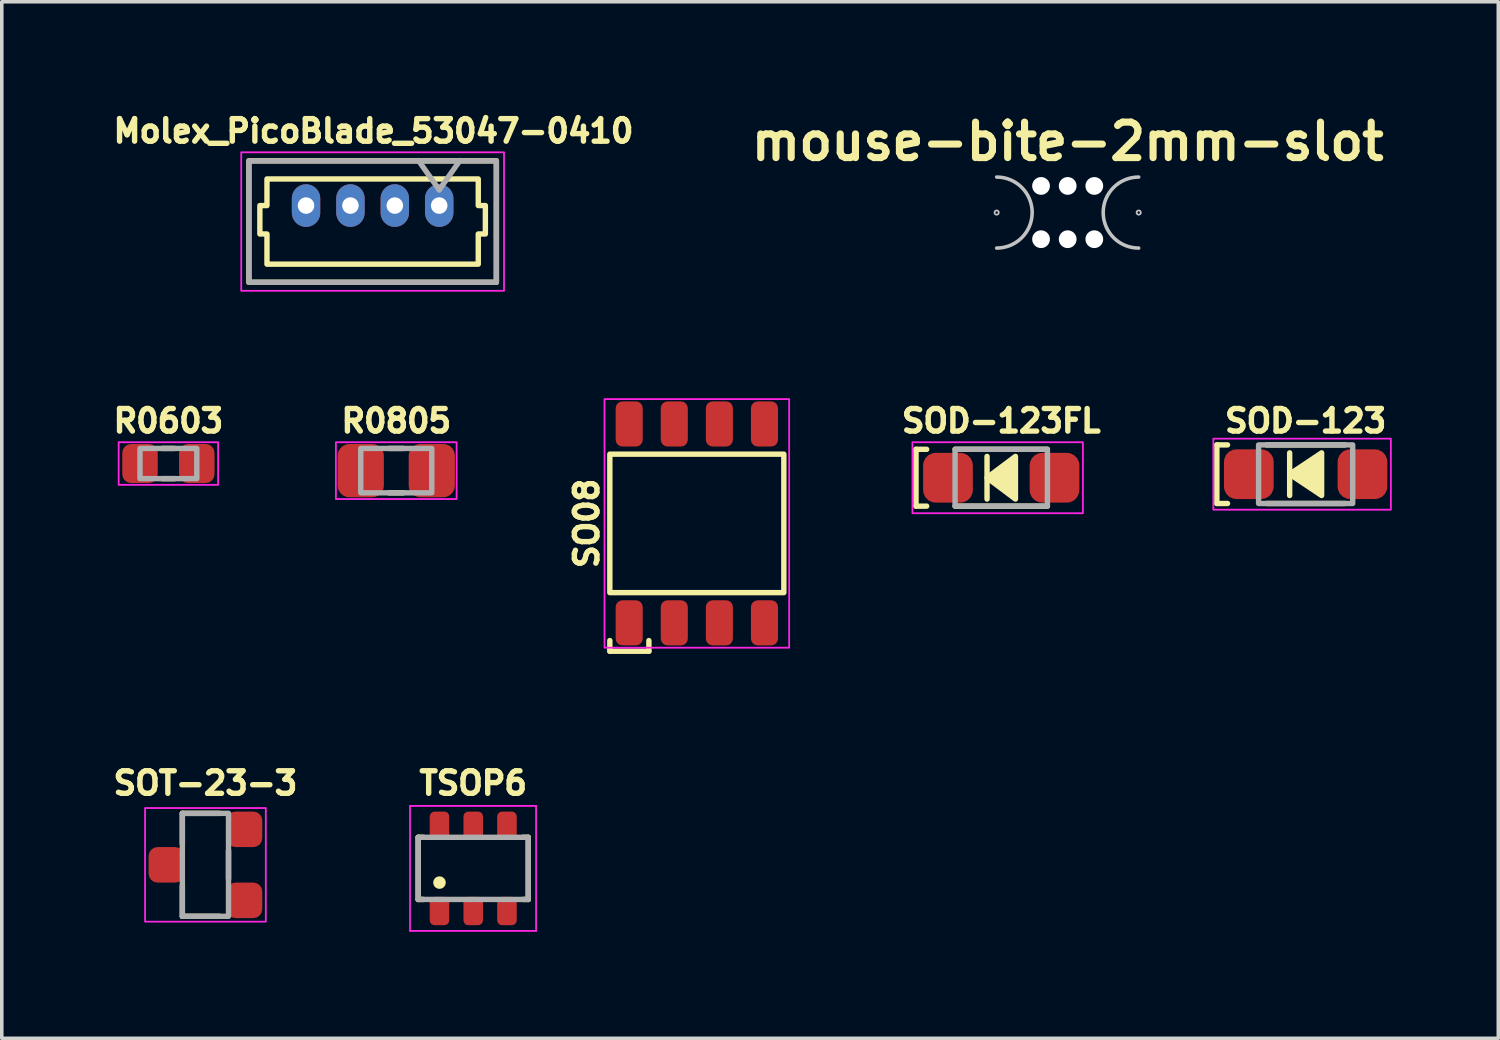
<source format=kicad_pcb>
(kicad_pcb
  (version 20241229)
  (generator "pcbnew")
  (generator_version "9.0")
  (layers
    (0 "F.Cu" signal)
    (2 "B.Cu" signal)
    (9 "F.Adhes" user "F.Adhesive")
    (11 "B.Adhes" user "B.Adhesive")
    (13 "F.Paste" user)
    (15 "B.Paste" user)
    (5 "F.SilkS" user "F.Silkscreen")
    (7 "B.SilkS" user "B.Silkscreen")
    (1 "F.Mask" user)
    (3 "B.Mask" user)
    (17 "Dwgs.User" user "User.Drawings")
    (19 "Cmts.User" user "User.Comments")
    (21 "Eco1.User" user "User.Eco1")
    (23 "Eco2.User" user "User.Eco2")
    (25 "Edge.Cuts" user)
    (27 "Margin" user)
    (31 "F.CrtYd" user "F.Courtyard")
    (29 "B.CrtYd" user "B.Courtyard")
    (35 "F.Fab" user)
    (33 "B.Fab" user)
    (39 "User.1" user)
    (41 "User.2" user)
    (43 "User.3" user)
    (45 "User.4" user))
  (footprint "Molex_PicoBlade_53047-0410"
    (layer "F.Cu")
    (at 7.468 2.739)
    (property "Reference" "Molex_PicoBlade_53047-0410" (at 0 -2.1 180) (layer "F.SilkS") (effects (font (size 0.635 0.635) (thickness 0.152))))
    (attr through_hole)
    (fp_rect (start 3.46 2.16) (end -3.51 -1.26) (stroke (width 0.152) (type solid)) (fill no) (layer "F.SilkS"))
    (fp_poly (pts (xy -3 1.65) (xy -3 0.8) (xy -3.2 0.8) (xy -3.2 0) (xy -3 0) (xy -3 -0.75) (xy 2.95 -0.75) (xy 2.95 0) (xy 3.15 0) (xy 3.15 0.8) (xy 2.95 0.8) (xy 2.95 1.65)) (stroke (width 0.152) (type solid)) (fill no) (layer "F.SilkS"))
    (fp_rect (start 3.675 2.4) (end -3.725 -1.5) (stroke (width 0.05) (type solid)) (fill no) (layer "F.CrtYd"))
    (fp_line (start 1.85 -0.443) (end 1.265 -1.27) (stroke (width 0.152) (type solid)) (layer "F.Fab"))
    (fp_line (start 2.435 -1.27) (end 1.85 -0.443) (stroke (width 0.152) (type solid)) (layer "F.Fab"))
    (fp_rect (start 3.46 2.16) (end -3.51 -1.26) (stroke (width 0.152) (type solid)) (fill no) (layer "F.Fab"))
    (pad "1" thru_hole oval (at 1.85 0 180) (size 0.8 1.2) (drill 0.465) (layers "*.Cu" "*.Mask"))
    (pad "2" thru_hole oval (at 0.6 0 180) (size 0.8 1.2) (drill 0.465) (layers "*.Cu" "*.Mask"))
    (pad "3" thru_hole oval (at -0.65 0 180) (size 0.8 1.2) (drill 0.465) (layers "*.Cu" "*.Mask"))
    (pad "4" thru_hole oval (at -1.9 0 180) (size 0.8 1.2) (drill 0.465) (layers "*.Cu" "*.Mask")))
  (footprint "SOT-23-3"
    (layer "F.Cu")
    (at 2.735 21.304)
    (property "Reference" "SOT-23-3" (at 0 -2.3 0) (layer "F.SilkS") (effects (font (size 0.635 0.635) (thickness 0.152))))
    (attr smd)
    (fp_line (start -0.65 -1.45) (end 0.4 -1.45) (stroke (width 0.152) (type solid)) (layer "F.SilkS"))
    (fp_line (start -0.65 -0.6) (end -0.65 -1.45) (stroke (width 0.152) (type solid)) (layer "F.SilkS"))
    (fp_line (start -0.65 0.6) (end -0.65 1.45) (stroke (width 0.152) (type solid)) (layer "F.SilkS"))
    (fp_line (start -0.65 1.45) (end 0.4 1.45) (stroke (width 0.152) (type solid)) (layer "F.SilkS"))
    (fp_line (start 0.65 0.4) (end 0.65 -0.4) (stroke (width 0.152) (type solid)) (layer "F.SilkS"))
    (fp_rect (start -1.7 1.6) (end 1.7 -1.6) (stroke (width 0.05) (type solid)) (fill no) (layer "F.CrtYd"))
    (fp_rect (start -0.65 -1.45) (end 0.65 1.45) (stroke (width 0.152) (type solid)) (fill no) (layer "F.Fab"))
    (pad "1" smd roundrect (at 1.1 1) (size 1 1) (layers "F.Cu" "F.Mask" "F.Paste") (roundrect_rratio 0.25))
    (pad "2" smd roundrect (at 1.1 -1) (size 1 1) (layers "F.Cu" "F.Mask" "F.Paste") (roundrect_rratio 0.25))
    (pad "3" smd roundrect (at -1.1 0) (size 1 1) (layers "F.Cu" "F.Mask" "F.Paste") (roundrect_rratio 0.25)))
  (footprint "R0603"
    (layer "F.Cu")
    (at 1.692 10.003)
    (property "Reference" "R0603" (at 0 -1.2 0) (layer "F.SilkS") (effects (font (size 0.635 0.635) (thickness 0.152))))
    (attr smd)
    (fp_line (start -0.175 -0.425) (end 0.175 -0.425) (stroke (width 0.152) (type solid)) (layer "F.SilkS"))
    (fp_line (start -0.175 0.425) (end 0.175 0.425) (stroke (width 0.152) (type solid)) (layer "F.SilkS"))
    (fp_rect (start -1.4 -0.6) (end 1.4 0.6) (stroke (width 0.05) (type solid)) (fill no) (layer "F.CrtYd"))
    (fp_rect (start -0.8 -0.425) (end 0.8 0.425) (stroke (width 0.152) (type solid)) (fill no) (layer "F.Fab"))
    (pad "1" smd roundrect (at -0.8 0) (size 1 1.1) (layers "F.Cu" "F.Mask" "F.Paste") (roundrect_rratio 0.25))
    (pad "2" smd roundrect (at 0.8 0) (size 1 1.1) (layers "F.Cu" "F.Mask" "F.Paste") (roundrect_rratio 0.25)))
  (footprint "SOD-123FL"
    (layer "F.Cu")
    (at 25.145 10.403)
    (property "Reference" "SOD-123FL" (at 0 -1.6 0) (layer "F.SilkS") (effects (font (size 0.635 0.635) (thickness 0.152))))
    (attr smd)
    (fp_line (start -2.4 -0.8) (end -2.4 0.8) (stroke (width 0.152) (type solid)) (layer "F.SilkS"))
    (fp_line (start -2.4 -0.8) (end -2.1 -0.8) (stroke (width 0.152) (type solid)) (layer "F.SilkS"))
    (fp_line (start -2.4 0.8) (end -2.1 0.8) (stroke (width 0.152) (type solid)) (layer "F.SilkS"))
    (fp_line (start -1.3 -0.8) (end 1.3 -0.8) (stroke (width 0.152) (type solid)) (layer "F.SilkS"))
    (fp_line (start -1.3 0.8) (end 1.3 0.8) (stroke (width 0.152) (type solid)) (layer "F.SilkS"))
    (fp_line (start -0.4 -0.6) (end -0.4 0.6) (stroke (width 0.152) (type solid)) (layer "F.SilkS"))
    (fp_poly (pts (xy 0.4 -0.6) (xy -0.4 0) (xy 0.4 0.6)) (stroke (width 0.152) (type solid)) (fill yes) (layer "F.SilkS"))
    (fp_rect (start -2.5 -1) (end 2.3 1) (stroke (width 0.05) (type solid)) (fill no) (layer "F.CrtYd"))
    (fp_rect (start -1.3 -0.8) (end 1.3 0.8) (stroke (width 0.152) (type solid)) (fill no) (layer "F.Fab"))
    (pad "1" smd roundrect (at -1.5 0) (size 1.4 1.4) (layers "F.Cu" "F.Mask" "F.Paste") (roundrect_rratio 0.25))
    (pad "2" smd roundrect (at 1.5 0) (size 1.4 1.4) (layers "F.Cu" "F.Mask" "F.Paste") (roundrect_rratio 0.25)))
  (footprint "SO08"
    (layer "F.Cu")
    (at 16.573 11.689)
    (property "Reference" "SO08" (at -3.1 0 90) (layer "F.SilkS") (effects (font (size 0.635 0.635) (thickness 0.152))))
    (attr smd)
    (fp_line (start -2.45 3.6) (end -2.45 3.3) (stroke (width 0.152) (type default)) (layer "F.SilkS"))
    (fp_line (start -2.45 3.6) (end -1.35 3.6) (stroke (width 0.152) (type solid)) (layer "F.SilkS"))
    (fp_line (start -1.35 3.6) (end -1.35 3.3) (stroke (width 0.152) (type default)) (layer "F.SilkS"))
    (fp_rect (start -2.45 -1.95) (end 2.45 1.95) (stroke (width 0.152) (type solid)) (fill no) (layer "F.SilkS"))
    (fp_rect (start -2.6 -3.5) (end 2.6 3.5) (stroke (width 0.05) (type solid)) (fill no) (layer "F.CrtYd"))
    (pad "1" smd roundrect (at -1.905 2.8) (size 0.762 1.27) (layers "F.Cu" "F.Mask" "F.Paste") (roundrect_rratio 0.25))
    (pad "2" smd roundrect (at -0.635 2.8) (size 0.762 1.27) (layers "F.Cu" "F.Mask" "F.Paste") (roundrect_rratio 0.25))
    (pad "3" smd roundrect (at 0.635 2.8) (size 0.762 1.27) (layers "F.Cu" "F.Mask" "F.Paste") (roundrect_rratio 0.25))
    (pad "4" smd roundrect (at 1.905 2.8) (size 0.762 1.27) (layers "F.Cu" "F.Mask" "F.Paste") (roundrect_rratio 0.25))
    (pad "5" smd roundrect (at 1.905 -2.8) (size 0.762 1.27) (layers "F.Cu" "F.Mask" "F.Paste") (roundrect_rratio 0.25))
    (pad "6" smd roundrect (at 0.635 -2.8) (size 0.762 1.27) (layers "F.Cu" "F.Mask" "F.Paste") (roundrect_rratio 0.25))
    (pad "7" smd roundrect (at -0.635 -2.8) (size 0.762 1.27) (layers "F.Cu" "F.Mask" "F.Paste") (roundrect_rratio 0.25))
    (pad "8" smd roundrect (at -1.905 -2.8) (size 0.762 1.27) (layers "F.Cu" "F.Mask" "F.Paste") (roundrect_rratio 0.25)))
  (footprint "TSOP6"
    (layer "F.Cu")
    (at 10.276 21.404)
    (property "Reference" "TSOP6" (at 0 -2.4 180) (layer "F.SilkS") (effects (font (size 0.635 0.635) (thickness 0.152))))
    (attr smd)
    (fp_line (start -1.55 -0.875) (end -1.55 0.875) (stroke (width 0.152) (type solid)) (layer "F.SilkS"))
    (fp_line (start -1.55 -0.875) (end -1.4 -0.875) (stroke (width 0.152) (type solid)) (layer "F.SilkS"))
    (fp_line (start -1.55 0.875) (end -1.4 0.875) (stroke (width 0.152) (type solid)) (layer "F.SilkS"))
    (fp_line (start 1.4 -0.875) (end 1.55 -0.875) (stroke (width 0.152) (type solid)) (layer "F.SilkS"))
    (fp_line (start 1.4 0.875) (end 1.55 0.875) (stroke (width 0.152) (type solid)) (layer "F.SilkS"))
    (fp_line (start 1.55 -0.875) (end 1.55 0.875) (stroke (width 0.152) (type solid)) (layer "F.SilkS"))
    (fp_circle (center -0.95 0.4) (end -0.85 0.4) (stroke (width 0.152) (type solid)) (fill yes) (layer "F.SilkS"))
    (fp_line (start -1.78 1.76) (end -1.78 -1.76) (stroke (width 0.05) (type solid)) (layer "F.CrtYd"))
    (fp_line (start -1.78 1.76) (end 1.77 1.76) (stroke (width 0.05) (type solid)) (layer "F.CrtYd"))
    (fp_line (start 1.77 -1.76) (end -1.78 -1.76) (stroke (width 0.05) (type solid)) (layer "F.CrtYd"))
    (fp_line (start 1.77 -1.76) (end 1.77 1.76) (stroke (width 0.05) (type solid)) (layer "F.CrtYd"))
    (fp_rect (start -1.55 -0.875) (end 1.55 0.875) (stroke (width 0.152) (type default)) (fill no) (layer "F.Fab"))
    (pad "1" smd roundrect (at -0.95 1.2 90) (size 0.8 0.55) (layers "F.Cu" "F.Mask" "F.Paste") (roundrect_rratio 0.25))
    (pad "2" smd roundrect (at 0 1.2 90) (size 0.8 0.55) (layers "F.Cu" "F.Mask" "F.Paste") (roundrect_rratio 0.25))
    (pad "3" smd roundrect (at 0.95 1.2 90) (size 0.8 0.55) (layers "F.Cu" "F.Mask" "F.Paste") (roundrect_rratio 0.25))
    (pad "4" smd roundrect (at 0.95 -1.2 90) (size 0.8 0.55) (layers "F.Cu" "F.Mask" "F.Paste") (roundrect_rratio 0.25))
    (pad "5" smd roundrect (at 0 -1.2 90) (size 0.8 0.55) (layers "F.Cu" "F.Mask" "F.Paste") (roundrect_rratio 0.25))
    (pad "6" smd roundrect (at -0.95 -1.2 90) (size 0.8 0.55) (layers "F.Cu" "F.Mask" "F.Paste") (roundrect_rratio 0.25)))
  (footprint "mouse-bite-2mm-slot"
    (layer "F.Cu")
    (at 27.016 2.936)
    (property "Reference" "mouse-bite-2mm-slot" (at 0 -2 0) (layer "F.SilkS") (effects (font (size 1 1) (thickness 0.2))))
    (attr through_hole)
    (fp_arc (start -2 -1) (mid -1 0) (end -2 1) (stroke (width 0.1) (type solid)) (layer "Dwgs.User"))
    (fp_arc (start 2 1) (mid 1 0) (end 2 -1) (stroke (width 0.1) (type solid)) (layer "Dwgs.User"))
    (fp_circle (center -2 0) (end -2 -0.06) (stroke (width 0.05) (type solid)) (fill no) (layer "Dwgs.User"))
    (fp_circle (center 2 0) (end 2.06 0) (stroke (width 0.05) (type solid)) (fill no) (layer "Dwgs.User"))
    (fp_line (start -2 0) (end -2 0) (stroke (width 2) (type solid)) (layer "Eco1.User"))
    (fp_line (start 2 0) (end 2 0) (stroke (width 2) (type solid)) (layer "Eco1.User"))
    (pad "" np_thru_hole circle (at -0.75 -0.75) (size 0.5 0.5) (drill 0.5) (layers "*.Cu" "*.Mask"))
    (pad "" np_thru_hole circle (at -0.75 0.75) (size 0.5 0.5) (drill 0.5) (layers "*.Cu" "*.Mask"))
    (pad "" np_thru_hole circle (at 0 -0.75) (size 0.5 0.5) (drill 0.5) (layers "*.Cu" "*.Mask"))
    (pad "" np_thru_hole circle (at 0 0.75) (size 0.5 0.5) (drill 0.5) (layers "*.Cu" "*.Mask"))
    (pad "" np_thru_hole circle (at 0.75 -0.75) (size 0.5 0.5) (drill 0.5) (layers "*.Cu" "*.Mask"))
    (pad "" np_thru_hole circle (at 0.75 0.75) (size 0.5 0.5) (drill 0.5) (layers "*.Cu" "*.Mask")))
  (footprint "SOD-123"
    (layer "F.Cu")
    (at 33.717 10.303)
    (property "Reference" "SOD-123" (at 0 -1.5 0) (layer "F.SilkS") (effects (font (size 0.635 0.635) (thickness 0.152))))
    (attr smd)
    (fp_line (start -2.5 -0.825) (end -2.5 0.825) (stroke (width 0.152) (type solid)) (layer "F.SilkS"))
    (fp_line (start -2.5 -0.825) (end -2.2 -0.825) (stroke (width 0.152) (type solid)) (layer "F.SilkS"))
    (fp_line (start -2.5 0.825) (end -2.2 0.825) (stroke (width 0.152) (type solid)) (layer "F.SilkS"))
    (fp_line (start -1.1 -0.825) (end 1.1 -0.825) (stroke (width 0.152) (type solid)) (layer "F.SilkS"))
    (fp_line (start -1.1 0.825) (end 1.1 0.825) (stroke (width 0.152) (type solid)) (layer "F.SilkS"))
    (fp_line (start -0.45 -0.6) (end -0.45 0.6) (stroke (width 0.152) (type solid)) (layer "F.SilkS"))
    (fp_poly (pts (xy 0.45 -0.6) (xy -0.45 0) (xy 0.45 0.6)) (stroke (width 0.152) (type solid)) (fill yes) (layer "F.SilkS"))
    (fp_rect (start -2.6 -1) (end 2.4 1) (stroke (width 0.05) (type solid)) (fill no) (layer "F.CrtYd"))
    (fp_rect (start -1.325 -0.825) (end 1.325 0.825) (stroke (width 0.152) (type solid)) (fill no) (layer "F.Fab"))
    (pad "1" smd roundrect (at -1.6 0) (size 1.4 1.4) (layers "F.Cu" "F.Mask" "F.Paste") (roundrect_rratio 0.25))
    (pad "2" smd roundrect (at 1.6 0) (size 1.4 1.4) (layers "F.Cu" "F.Mask" "F.Paste") (roundrect_rratio 0.25)))
  (footprint "R0805"
    (layer "F.Cu")
    (at 8.109 10.203)
    (property "Reference" "R0805" (at 0 -1.4 0) (layer "F.SilkS") (effects (font (size 0.635 0.635) (thickness 0.152))))
    (attr smd)
    (fp_line (start -0.2 -0.625) (end 0.2 -0.625) (stroke (width 0.152) (type solid)) (layer "F.SilkS"))
    (fp_line (start -0.2 0.625) (end 0.2 0.625) (stroke (width 0.152) (type solid)) (layer "F.SilkS"))
    (fp_rect (start -1.7 -0.8) (end 1.7 0.8) (stroke (width 0.05) (type solid)) (fill no) (layer "F.CrtYd"))
    (fp_rect (start -1 -0.625) (end 1 0.625) (stroke (width 0.152) (type solid)) (fill no) (layer "F.Fab"))
    (pad "1" smd roundrect (at -1 0) (size 1.3 1.5) (layers "F.Cu" "F.Mask" "F.Paste") (roundrect_rratio 0.25))
    (pad "2" smd roundrect (at 1 0) (size 1.3 1.5) (layers "F.Cu" "F.Mask" "F.Paste") (roundrect_rratio 0.25)))
  (gr_rect
    (start -3 -3)
    (end 39.142 26.189)
    (stroke (width 0.1) (type default))
    (fill no)
    (layer "Edge.Cuts")))
</source>
